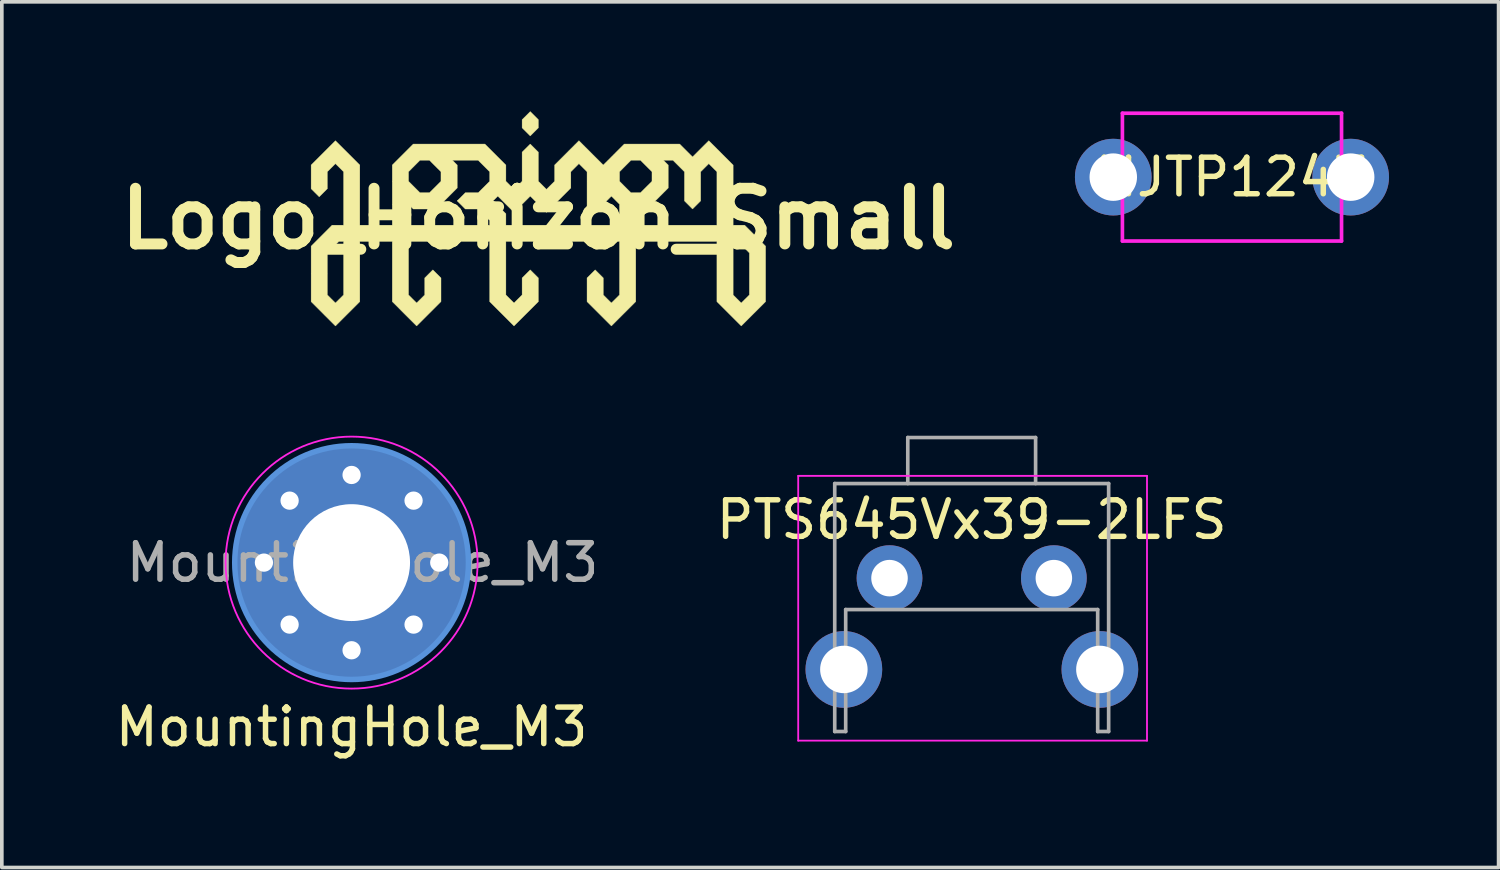
<source format=kicad_pcb>
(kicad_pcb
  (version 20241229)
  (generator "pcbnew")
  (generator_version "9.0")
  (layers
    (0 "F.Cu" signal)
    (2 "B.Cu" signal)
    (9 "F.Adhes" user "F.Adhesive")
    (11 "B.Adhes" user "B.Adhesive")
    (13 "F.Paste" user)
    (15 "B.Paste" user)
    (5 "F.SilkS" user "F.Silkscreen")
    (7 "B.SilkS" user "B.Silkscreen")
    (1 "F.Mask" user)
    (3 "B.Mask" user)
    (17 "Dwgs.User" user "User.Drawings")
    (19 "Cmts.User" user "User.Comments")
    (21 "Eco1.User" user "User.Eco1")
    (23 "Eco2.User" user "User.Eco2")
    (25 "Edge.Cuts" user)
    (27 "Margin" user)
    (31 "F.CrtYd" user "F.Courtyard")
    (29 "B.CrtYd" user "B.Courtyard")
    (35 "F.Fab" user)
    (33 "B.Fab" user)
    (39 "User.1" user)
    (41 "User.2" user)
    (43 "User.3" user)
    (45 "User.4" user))
  (footprint "MountingHole_M3"
    (layer "F.Cu")
    (at 6.577 12.355)
    (property "Reference" "MountingHole_M3" (at 0 4.5 0) (layer "F.SilkS") (effects (font (size 1 1) (thickness 0.15))))
    (attr exclude_from_pos_files exclude_from_bom)
    (fp_circle (center 0 0) (end 3.2 0) (stroke (width 0.15) (type solid)) (fill no) (layer "Cmts.User"))
    (fp_circle (center 0 0) (end 3.45 0) (stroke (width 0.05) (type solid)) (fill no) (layer "F.CrtYd"))
    (fp_text user "${REFERENCE}" (at 0.3 0 0) (layer "F.Fab") (effects (font (size 1 1) (thickness 0.15))))
    (pad "1" thru_hole circle (at -2.4 0) (size 0.8 0.8) (drill 0.5) (layers "*.Cu" "*.Mask"))
    (pad "1" thru_hole circle (at -1.697 -1.697) (size 0.8 0.8) (drill 0.5) (layers "*.Cu" "*.Mask"))
    (pad "1" thru_hole circle (at -1.697 1.697) (size 0.8 0.8) (drill 0.5) (layers "*.Cu" "*.Mask"))
    (pad "1" thru_hole circle (at 0 -2.4) (size 0.8 0.8) (drill 0.5) (layers "*.Cu" "*.Mask"))
    (pad "1" thru_hole circle (at 0 0) (size 6.4 6.4) (drill 3.2) (layers "*.Cu" "*.Mask"))
    (pad "1" thru_hole circle (at 0 2.4) (size 0.8 0.8) (drill 0.5) (layers "*.Cu" "*.Mask"))
    (pad "1" thru_hole circle (at 1.697 -1.697) (size 0.8 0.8) (drill 0.5) (layers "*.Cu" "*.Mask"))
    (pad "1" thru_hole circle (at 1.697 1.697) (size 0.8 0.8) (drill 0.5) (layers "*.Cu" "*.Mask"))
    (pad "1" thru_hole circle (at 2.4 0) (size 0.8 0.8) (drill 0.5) (layers "*.Cu" "*.Mask")))
  (footprint "Logo_Horizon_Small"
    (layer "F.Cu")
    (at 11.691 2.94)
    (property "Reference" "Logo_Horizon_Small" (at 0 0 0) (layer "F.SilkS") (effects (font (size 1.524 1.524) (thickness 0.3))))
    (attr through_hole)
    (fp_poly (pts (xy 0 -2.713) (xy 0 -2.49) (xy -0.111 -2.379) (xy -0.222 -2.268) (xy -0.333 -2.379) (xy -0.445 -2.49) (xy -0.445 -2.713) (xy -0.222 -2.935) (xy 0 -2.713)) (stroke (width 0.01) (type solid)) (fill yes) (layer "F.SilkS"))
    (fp_poly (pts (xy -5.222 -1.804) (xy -4.889 -1.471) (xy -4.889 0.176) (xy -4 0.176) (xy -4 -0.398) (xy -3.555 -0.398) (xy -3.555 0.176) (xy -1.333 0.176) (xy -1.333 0.046) (xy -1.49 -0.111) (xy -1.647 -0.267) (xy -1.824 -0.267) (xy -2 -0.267) (xy -2.111 -0.379) (xy -2.223 -0.49) (xy -2.223 -0.49) (xy -1.241 -0.49) (xy -1.065 -0.314) (xy -0.889 -0.138) (xy -0.889 0.176) (xy 2.222 0.176) (xy 2.222 -0.267) (xy 2.667 -0.267) (xy 2.667 0.176) (xy 4.889 0.176) (xy 4.889 -1.287) (xy 4.806 -1.369) (xy 4.797 -1.379) (xy 4.787 -1.389) (xy 4.778 -1.398) (xy 4.768 -1.408) (xy 4.759 -1.417) (xy 4.75 -1.426) (xy 4.741 -1.435) (xy 4.733 -1.443) (xy 4.725 -1.451) (xy 4.718 -1.458) (xy 4.711 -1.464) (xy 4.706 -1.47) (xy 4.701 -1.475) (xy 4.696 -1.479) (xy 4.695 -1.48) (xy 4.667 -1.509) (xy 4.444 -1.287) (xy 4.444 -0.49) (xy 4.333 -0.379) (xy 4.222 -0.268) (xy 4.111 -0.379) (xy 4 -0.49) (xy 4 -1.287) (xy 3.686 -1.601) (xy 3.556 -1.601) (xy 3.426 -1.601) (xy 3.556 -1.471) (xy 3.556 -0.843) (xy 2.981 -0.267) (xy 2.667 -0.267) (xy 2.222 -0.267) (xy 2.222 -0.398) (xy 2 -0.62) (xy 1.667 -0.287) (xy 1.333 0.046) (xy 1.333 -1.287) (xy 1.333 -1.287) (xy 2.223 -1.287) (xy 2.223 -1.026) (xy 2.379 -0.869) (xy 2.536 -0.713) (xy 2.797 -0.713) (xy 3.111 -1.026) (xy 3.111 -1.287) (xy 2.954 -1.444) (xy 2.797 -1.601) (xy 2.667 -1.601) (xy 2.536 -1.601) (xy 2.379 -1.444) (xy 2.223 -1.287) (xy 1.333 -1.287) (xy 1.222 -1.398) (xy 1.111 -1.509) (xy 1 -1.398) (xy 0.889 -1.287) (xy 0.889 -0.843) (xy 0.556 -0.509) (xy 0.537 -0.491) (xy 0.52 -0.473) (xy 0.502 -0.456) (xy 0.484 -0.438) (xy 0.467 -0.421) (xy 0.451 -0.404) (xy 0.434 -0.388) (xy 0.418 -0.372) (xy 0.403 -0.357) (xy 0.388 -0.342) (xy 0.373 -0.327) (xy 0.359 -0.313) (xy 0.346 -0.3) (xy 0.333 -0.287) (xy 0.32 -0.274) (xy 0.309 -0.263) (xy 0.297 -0.251) (xy 0.287 -0.241) (xy 0.277 -0.231) (xy 0.268 -0.222) (xy 0.26 -0.214) (xy 0.252 -0.206) (xy 0.245 -0.199) (xy 0.239 -0.194) (xy 0.234 -0.188) (xy 0.23 -0.184) (xy 0.226 -0.181) (xy 0.224 -0.178) (xy 0.223 -0.177) (xy 0.222 -0.176) (xy 0.222 -0.176) (xy 0.221 -0.177) (xy 0.22 -0.178) (xy 0.218 -0.181) (xy 0.214 -0.184) (xy 0.21 -0.188) (xy 0.205 -0.193) (xy 0.199 -0.199) (xy 0.193 -0.206) (xy 0.185 -0.213) (xy 0.177 -0.221) (xy 0.168 -0.23) (xy 0.159 -0.239) (xy 0.149 -0.249) (xy 0.138 -0.26) (xy 0.127 -0.271) (xy 0.116 -0.283) (xy 0.103 -0.295) (xy 0.091 -0.308) (xy 0.078 -0.321) (xy 0.064 -0.334) (xy 0.05 -0.348) (xy 0.036 -0.362) (xy 0.022 -0.376) (xy 0.007 -0.391) (xy -0.000149 -0.398) (xy -0.222 -0.62) (xy -0.666 -0.176) (xy -0.889 -0.398) (xy -1.111 -0.62) (xy -1.241 -0.49) (xy -2.223 -0.49) (xy -2.111 -0.601) (xy -2 -0.713) (xy -1.647 -0.713) (xy -1.49 -0.869) (xy -1.333 -1.026) (xy -1.333 -1.287) (xy -1.49 -1.444) (xy -1.647 -1.601) (xy -2.352 -1.601) (xy -2.287 -1.536) (xy -2.222 -1.471) (xy -2.222 -0.843) (xy -2.797 -0.267) (xy -3.425 -0.267) (xy -3.49 -0.332) (xy -3.555 -0.398) (xy -4 -0.398) (xy -4 -1.287) (xy -3.555 -1.287) (xy -3.555 -1.026) (xy -3.398 -0.869) (xy -3.242 -0.713) (xy -2.981 -0.713) (xy -2.824 -0.869) (xy -2.667 -1.026) (xy -2.667 -1.287) (xy -2.824 -1.444) (xy -2.981 -1.601) (xy -3.111 -1.601) (xy -3.242 -1.601) (xy -3.555 -1.287) (xy -4 -1.287) (xy -4 -1.471) (xy -3.713 -1.758) (xy -3.426 -2.045) (xy -2.444 -2.045) (xy -1.463 -2.045) (xy -1.176 -1.758) (xy -0.889 -1.471) (xy -0.889 -1.027) (xy -0.778 -0.916) (xy -0.666 -0.804) (xy -0.555 -0.915) (xy -0.445 -1.026) (xy -0.445 -1.824) (xy -0.333 -1.935) (xy -0.222 -2.046) (xy -0.111 -1.935) (xy 0 -1.824) (xy 0 -1.027) (xy 0.222 -0.805) (xy 0.445 -1.027) (xy 0.445 -1.471) (xy 0.778 -1.804) (xy 0.796 -1.822) (xy 0.814 -1.84) (xy 0.831 -1.858) (xy 0.849 -1.875) (xy 0.866 -1.892) (xy 0.882 -1.909) (xy 0.899 -1.925) (xy 0.915 -1.941) (xy 0.93 -1.956) (xy 0.945 -1.971) (xy 0.96 -1.986) (xy 0.974 -2) (xy 0.987 -2.014) (xy 1 -2.027) (xy 1.013 -2.039) (xy 1.025 -2.051) (xy 1.036 -2.062) (xy 1.046 -2.072) (xy 1.056 -2.082) (xy 1.065 -2.091) (xy 1.073 -2.1) (xy 1.081 -2.107) (xy 1.088 -2.114) (xy 1.094 -2.12) (xy 1.099 -2.125) (xy 1.103 -2.129) (xy 1.106 -2.133) (xy 1.109 -2.135) (xy 1.11 -2.137) (xy 1.111 -2.137) (xy 1.111 -2.137) (xy 1.113 -2.135) (xy 1.115 -2.133) (xy 1.119 -2.129) (xy 1.123 -2.125) (xy 1.128 -2.12) (xy 1.134 -2.114) (xy 1.141 -2.108) (xy 1.148 -2.1) (xy 1.157 -2.092) (xy 1.166 -2.083) (xy 1.176 -2.073) (xy 1.186 -2.062) (xy 1.197 -2.051) (xy 1.209 -2.04) (xy 1.221 -2.027) (xy 1.234 -2.014) (xy 1.248 -2.001) (xy 1.262 -1.987) (xy 1.276 -1.972) (xy 1.291 -1.957) (xy 1.307 -1.942) (xy 1.323 -1.926) (xy 1.339 -1.91) (xy 1.356 -1.893) (xy 1.373 -1.876) (xy 1.39 -1.859) (xy 1.408 -1.841) (xy 1.426 -1.823) (xy 1.444 -1.805) (xy 1.444 -1.804) (xy 1.778 -1.471) (xy 2.065 -1.758) (xy 2.352 -2.045) (xy 3.111 -2.045) (xy 3.87 -2.045) (xy 4.046 -1.869) (xy 4.222 -1.693) (xy 4.444 -1.915) (xy 4.459 -1.93) (xy 4.474 -1.945) (xy 4.488 -1.959) (xy 4.502 -1.973) (xy 4.516 -1.987) (xy 4.529 -2) (xy 4.542 -2.013) (xy 4.554 -2.025) (xy 4.566 -2.037) (xy 4.578 -2.048) (xy 4.588 -2.059) (xy 4.599 -2.069) (xy 4.608 -2.079) (xy 4.618 -2.088) (xy 4.626 -2.097) (xy 4.634 -2.104) (xy 4.641 -2.111) (xy 4.647 -2.117) (xy 4.652 -2.123) (xy 4.657 -2.128) (xy 4.661 -2.131) (xy 4.664 -2.134) (xy 4.666 -2.136) (xy 4.667 -2.137) (xy 4.667 -2.137) (xy 4.667 -2.137) (xy 4.669 -2.135) (xy 4.671 -2.133) (xy 4.675 -2.129) (xy 4.679 -2.125) (xy 4.684 -2.12) (xy 4.69 -2.114) (xy 4.697 -2.107) (xy 4.704 -2.1) (xy 4.713 -2.092) (xy 4.722 -2.082) (xy 4.732 -2.073) (xy 4.742 -2.062) (xy 4.753 -2.051) (xy 4.765 -2.039) (xy 4.778 -2.027) (xy 4.79 -2.014) (xy 4.804 -2.001) (xy 4.818 -1.987) (xy 4.833 -1.972) (xy 4.848 -1.957) (xy 4.863 -1.942) (xy 4.879 -1.926) (xy 4.895 -1.909) (xy 4.912 -1.893) (xy 4.929 -1.876) (xy 4.947 -1.858) (xy 4.964 -1.841) (xy 4.982 -1.823) (xy 5 -1.804) (xy 5 -1.804) (xy 5.333 -1.471) (xy 5.333 0.176) (xy 5.648 0.176) (xy 6.222 0.751) (xy 6.222 2.269) (xy 5.556 2.935) (xy 4.889 2.269) (xy 4.889 0.621) (xy 5.333 0.621) (xy 5.333 2.085) (xy 5.444 2.196) (xy 5.455 2.206) (xy 5.465 2.216) (xy 5.475 2.226) (xy 5.484 2.236) (xy 5.493 2.245) (xy 5.502 2.253) (xy 5.51 2.261) (xy 5.518 2.269) (xy 5.525 2.276) (xy 5.531 2.283) (xy 5.537 2.288) (xy 5.542 2.293) (xy 5.547 2.298) (xy 5.55 2.301) (xy 5.553 2.304) (xy 5.555 2.306) (xy 5.555 2.306) (xy 5.556 2.306) (xy 5.556 2.306) (xy 5.558 2.305) (xy 5.56 2.302) (xy 5.563 2.299) (xy 5.567 2.295) (xy 5.572 2.29) (xy 5.578 2.285) (xy 5.584 2.278) (xy 5.591 2.271) (xy 5.598 2.264) (xy 5.606 2.256) (xy 5.615 2.248) (xy 5.624 2.239) (xy 5.633 2.229) (xy 5.643 2.219) (xy 5.653 2.209) (xy 5.663 2.199) (xy 5.667 2.196) (xy 5.778 2.085) (xy 5.778 0.935) (xy 5.621 0.778) (xy 5.463 0.621) (xy 5.333 0.621) (xy 4.889 0.621) (xy 2.667 0.621) (xy 2.667 2.268) (xy 2.333 2.602) (xy 2 2.935) (xy 1.667 2.602) (xy 1.333 2.269) (xy 1.333 1.621) (xy 1.556 1.399) (xy 1.778 1.621) (xy 1.778 2.085) (xy 1.889 2.196) (xy 2 2.306) (xy 2.111 2.196) (xy 2.222 2.085) (xy 2.222 0.621) (xy -0.889 0.621) (xy -0.889 1.353) (xy -0.889 2.085) (xy -0.778 2.196) (xy -0.666 2.306) (xy -0.445 2.085) (xy -0.445 1.621) (xy -0.222 1.399) (xy 0 1.621) (xy 0 2.269) (xy -0.667 2.935) (xy -1.333 2.269) (xy -1.333 0.621) (xy -3.555 0.621) (xy -3.555 2.085) (xy -3.444 2.196) (xy -3.333 2.306) (xy -3.222 2.196) (xy -3.111 2.085) (xy -3.111 1.621) (xy -3.001 1.51) (xy -2.99 1.5) (xy -2.98 1.489) (xy -2.97 1.48) (xy -2.96 1.47) (xy -2.951 1.461) (xy -2.943 1.452) (xy -2.934 1.444) (xy -2.927 1.436) (xy -2.92 1.429) (xy -2.913 1.423) (xy -2.907 1.417) (xy -2.902 1.412) (xy -2.898 1.408) (xy -2.894 1.404) (xy -2.892 1.402) (xy -2.89 1.4) (xy -2.889 1.399) (xy -2.889 1.399) (xy -2.888 1.4) (xy -2.887 1.401) (xy -2.884 1.403) (xy -2.881 1.407) (xy -2.877 1.411) (xy -2.872 1.415) (xy -2.867 1.421) (xy -2.86 1.427) (xy -2.853 1.434) (xy -2.846 1.442) (xy -2.838 1.45) (xy -2.829 1.458) (xy -2.82 1.467) (xy -2.811 1.476) (xy -2.801 1.486) (xy -2.791 1.496) (xy -2.781 1.507) (xy -2.777 1.51) (xy -2.666 1.621) (xy -2.666 2.268) (xy -3.333 2.935) (xy -3.667 2.602) (xy -4 2.268) (xy -4 0.621) (xy -4.889 0.621) (xy -4.889 2.269) (xy -5.222 2.602) (xy -5.24 2.62) (xy -5.258 2.638) (xy -5.276 2.656) (xy -5.293 2.673) (xy -5.31 2.69) (xy -5.327 2.707) (xy -5.343 2.723) (xy -5.359 2.739) (xy -5.375 2.755) (xy -5.39 2.77) (xy -5.404 2.784) (xy -5.418 2.798) (xy -5.432 2.812) (xy -5.445 2.825) (xy -5.457 2.837) (xy -5.469 2.849) (xy -5.48 2.86) (xy -5.491 2.87) (xy -5.5 2.88) (xy -5.51 2.889) (xy -5.518 2.898) (xy -5.525 2.905) (xy -5.532 2.912) (xy -5.538 2.918) (xy -5.543 2.923) (xy -5.548 2.927) (xy -5.551 2.931) (xy -5.553 2.933) (xy -5.555 2.935) (xy -5.556 2.935) (xy -5.556 2.935) (xy -5.556 2.935) (xy -5.558 2.933) (xy -5.56 2.931) (xy -5.563 2.927) (xy -5.568 2.923) (xy -5.573 2.918) (xy -5.579 2.912) (xy -5.585 2.905) (xy -5.593 2.898) (xy -5.601 2.89) (xy -5.61 2.88) (xy -5.62 2.871) (xy -5.631 2.86) (xy -5.642 2.849) (xy -5.654 2.837) (xy -5.666 2.825) (xy -5.679 2.812) (xy -5.692 2.799) (xy -5.706 2.785) (xy -5.721 2.77) (xy -5.736 2.755) (xy -5.751 2.739) (xy -5.767 2.724) (xy -5.784 2.707) (xy -5.8 2.691) (xy -5.817 2.674) (xy -5.835 2.656) (xy -5.853 2.639) (xy -5.87 2.621) (xy -5.889 2.602) (xy -6.222 2.269) (xy -6.222 0.935) (xy -5.778 0.935) (xy -5.778 1.51) (xy -5.778 2.085) (xy -5.667 2.196) (xy -5.656 2.206) (xy -5.646 2.216) (xy -5.636 2.226) (xy -5.627 2.236) (xy -5.618 2.245) (xy -5.609 2.253) (xy -5.601 2.261) (xy -5.593 2.269) (xy -5.586 2.276) (xy -5.58 2.283) (xy -5.574 2.288) (xy -5.569 2.293) (xy -5.564 2.298) (xy -5.561 2.301) (xy -5.558 2.304) (xy -5.556 2.306) (xy -5.556 2.306) (xy -5.556 2.306) (xy -5.555 2.306) (xy -5.554 2.305) (xy -5.551 2.302) (xy -5.548 2.299) (xy -5.544 2.295) (xy -5.539 2.29) (xy -5.533 2.285) (xy -5.527 2.278) (xy -5.52 2.271) (xy -5.513 2.264) (xy -5.505 2.256) (xy -5.496 2.248) (xy -5.487 2.239) (xy -5.478 2.229) (xy -5.468 2.219) (xy -5.458 2.209) (xy -5.448 2.199) (xy -5.444 2.196) (xy -5.333 2.085) (xy -5.333 0.621) (xy -5.463 0.621) (xy -5.621 0.778) (xy -5.778 0.935) (xy -6.222 0.935) (xy -6.222 0.751) (xy -5.935 0.464) (xy -5.648 0.176) (xy -5.333 0.176) (xy -5.333 -1.287) (xy -5.444 -1.398) (xy -5.556 -1.509) (xy -5.667 -1.398) (xy -5.778 -1.287) (xy -5.778 -0.823) (xy -5.889 -0.712) (xy -6 -0.601) (xy -6.111 -0.712) (xy -6.222 -0.823) (xy -6.222 -1.471) (xy -5.889 -1.804) (xy -5.556 -2.137) (xy -5.222 -1.804)) (stroke (width 0.01) (type solid)) (fill yes) (layer "F.SilkS")))
  (footprint "MJTP1243"
    (layer "F.Cu")
    (at 30.683 1.8)
    (property "Reference" "MJTP1243" (at 0 0 0) (layer "F.SilkS") (effects (font (size 1 1) (thickness 0.15))))
    (attr through_hole)
    (fp_line (start -3 -1.75) (end -3 1.75) (stroke (width 0.1) (type solid)) (layer "F.CrtYd"))
    (fp_line (start -3 1.75) (end 3 1.75) (stroke (width 0.1) (type solid)) (layer "F.CrtYd"))
    (fp_line (start 3 -1.75) (end -3 -1.75) (stroke (width 0.1) (type solid)) (layer "F.CrtYd"))
    (fp_line (start 3 1.75) (end 3 -1.75) (stroke (width 0.1) (type solid)) (layer "F.CrtYd"))
    (pad "1" thru_hole circle (at -3.25 0) (size 2.1 2.1) (drill 1.3) (layers "*.Cu" "*.Mask"))
    (pad "2" thru_hole circle (at 3.25 0) (size 2.1 2.1) (drill 1.3) (layers "*.Cu" "*.Mask")))
  (footprint "PTS645Vx39-2LFS"
    (layer "F.Cu")
    (at 23.556 12.78)
    (property "Reference" "PTS645Vx39-2LFS" (at 0 -1.6 0) (layer "F.SilkS") (effects (font (size 1 1) (thickness 0.15))))
    (attr through_hole)
    (fp_line (start -4.75 -2.8) (end 4.8 -2.8) (stroke (width 0.05) (type solid)) (layer "F.CrtYd"))
    (fp_line (start -4.75 4.45) (end -4.75 -2.8) (stroke (width 0.05) (type solid)) (layer "F.CrtYd"))
    (fp_line (start 4.8 -2.8) (end 4.8 4.45) (stroke (width 0.05) (type solid)) (layer "F.CrtYd"))
    (fp_line (start 4.8 4.45) (end -4.75 4.45) (stroke (width 0.05) (type solid)) (layer "F.CrtYd"))
    (fp_line (start -3.75 -2.59) (end 3.75 -2.59) (stroke (width 0.1) (type solid)) (layer "F.Fab"))
    (fp_line (start -3.75 4.2) (end -3.75 -2.59) (stroke (width 0.1) (type solid)) (layer "F.Fab"))
    (fp_line (start -3.75 4.2) (end -3.45 4.2) (stroke (width 0.1) (type solid)) (layer "F.Fab"))
    (fp_line (start -3.45 0.86) (end 3.45 0.86) (stroke (width 0.1) (type solid)) (layer "F.Fab"))
    (fp_line (start -3.45 4.2) (end -3.45 0.86) (stroke (width 0.1) (type solid)) (layer "F.Fab"))
    (fp_line (start -1.75 -3.85) (end -1.75 -2.59) (stroke (width 0.1) (type solid)) (layer "F.Fab"))
    (fp_line (start -1.75 -3.85) (end 1.75 -3.85) (stroke (width 0.1) (type solid)) (layer "F.Fab"))
    (fp_line (start 1.75 -3.85) (end 1.75 -2.59) (stroke (width 0.1) (type solid)) (layer "F.Fab"))
    (fp_line (start 3.45 4.2) (end 3.45 0.86) (stroke (width 0.1) (type solid)) (layer "F.Fab"))
    (fp_line (start 3.45 4.2) (end 3.75 4.2) (stroke (width 0.1) (type solid)) (layer "F.Fab"))
    (fp_line (start 3.75 4.2) (end 3.75 -2.59) (stroke (width 0.1) (type solid)) (layer "F.Fab"))
    (pad "" thru_hole circle (at -3.5 2.5) (size 2.1 2.1) (drill 1.3) (layers "*.Cu" "*.Mask"))
    (pad "" thru_hole circle (at 3.51 2.5) (size 2.1 2.1) (drill 1.3) (layers "*.Cu" "*.Mask"))
    (pad "1" thru_hole circle (at -2.25 0) (size 1.8 1.8) (drill 1) (layers "*.Cu" "*.Mask"))
    (pad "2" thru_hole circle (at 2.25 0) (size 1.8 1.8) (drill 1) (layers "*.Cu" "*.Mask")))
  (gr_rect
    (start -3 -3)
    (end 37.983 20.703)
    (stroke (width 0.1) (type default))
    (fill no)
    (layer "Edge.Cuts")))
</source>
